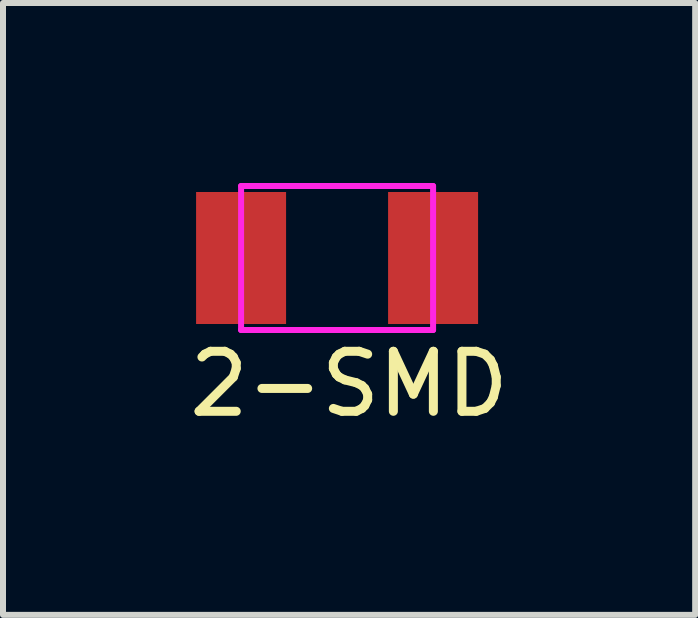
<source format=kicad_pcb>
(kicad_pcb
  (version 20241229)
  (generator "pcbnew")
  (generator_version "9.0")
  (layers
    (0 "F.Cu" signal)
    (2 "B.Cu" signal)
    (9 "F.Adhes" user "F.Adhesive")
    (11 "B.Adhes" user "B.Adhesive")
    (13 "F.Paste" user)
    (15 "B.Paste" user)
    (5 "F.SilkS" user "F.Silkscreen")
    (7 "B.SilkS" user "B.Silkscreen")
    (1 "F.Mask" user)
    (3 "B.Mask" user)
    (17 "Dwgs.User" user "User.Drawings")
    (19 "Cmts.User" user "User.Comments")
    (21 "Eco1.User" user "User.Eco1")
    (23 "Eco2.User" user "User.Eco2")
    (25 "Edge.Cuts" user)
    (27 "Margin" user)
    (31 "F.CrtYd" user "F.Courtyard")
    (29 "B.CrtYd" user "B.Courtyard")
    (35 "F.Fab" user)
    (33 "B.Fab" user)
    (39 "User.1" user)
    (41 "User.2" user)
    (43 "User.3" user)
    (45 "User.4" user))
  (footprint "2-SMD"
    (layer "F.Cu")
    (at 0.968 1.25)
    (property "Reference" "2-SMD" (at 1.8 2.1 0) (layer "F.SilkS") (effects (font (size 1 1) (thickness 0.15))))
    (attr through_hole)
    (fp_line (start 0 -1.2) (end 0 1.2) (stroke (width 0.1) (type solid)) (layer "F.CrtYd"))
    (fp_line (start 0 -1.2) (end 3.2 -1.2) (stroke (width 0.1) (type solid)) (layer "F.CrtYd"))
    (fp_line (start 0 1.2) (end 3.2 1.2) (stroke (width 0.1) (type solid)) (layer "F.CrtYd"))
    (fp_line (start 3.2 -1.2) (end 3.2 1.2) (stroke (width 0.1) (type solid)) (layer "F.CrtYd"))
    (pad "1" smd rect (at 0 0) (size 1.5 2.2) (layers "F.Cu" "F.Mask" "F.Paste"))
    (pad "2" smd rect (at 3.2 0) (size 1.5 2.2) (layers "F.Cu" "F.Mask" "F.Paste")))
  (gr_rect
    (start -3 -3)
    (end 8.536 7.198)
    (stroke (width 0.1) (type default))
    (fill no)
    (layer "Edge.Cuts")))
</source>
